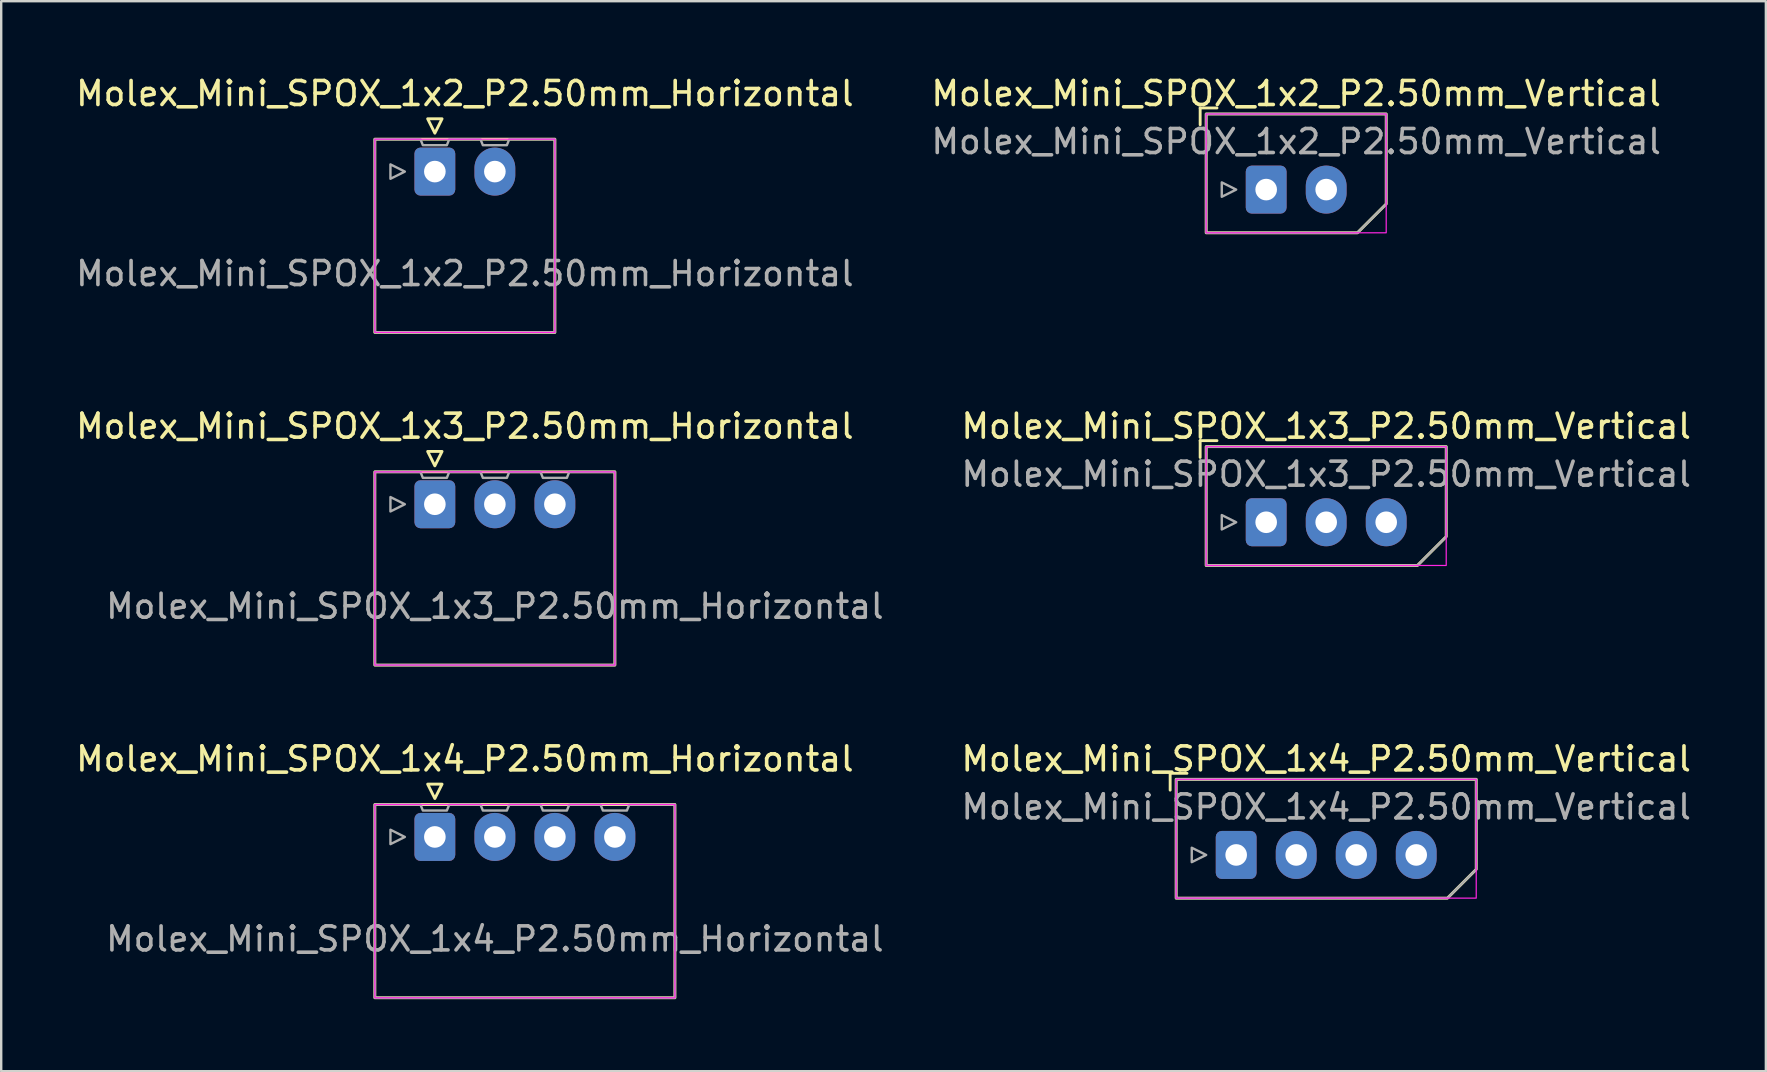
<source format=kicad_pcb>
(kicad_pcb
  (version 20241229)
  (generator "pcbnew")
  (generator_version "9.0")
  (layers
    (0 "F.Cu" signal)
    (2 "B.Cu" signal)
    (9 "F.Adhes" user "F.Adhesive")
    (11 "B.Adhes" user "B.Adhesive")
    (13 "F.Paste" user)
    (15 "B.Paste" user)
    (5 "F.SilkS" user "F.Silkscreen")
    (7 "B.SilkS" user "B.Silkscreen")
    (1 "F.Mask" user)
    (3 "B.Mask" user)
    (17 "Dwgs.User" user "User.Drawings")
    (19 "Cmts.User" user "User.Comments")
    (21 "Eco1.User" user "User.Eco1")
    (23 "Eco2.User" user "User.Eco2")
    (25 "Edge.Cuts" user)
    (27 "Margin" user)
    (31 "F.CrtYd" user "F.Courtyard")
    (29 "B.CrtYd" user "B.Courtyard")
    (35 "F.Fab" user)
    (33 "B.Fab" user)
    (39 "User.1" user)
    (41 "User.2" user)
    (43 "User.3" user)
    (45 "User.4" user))
  (footprint "Molex_Mini_SPOX_1x3_P2.50mm_Vertical"
    (layer "F.Cu")
    (at 49.696 18.706)
    (property "Reference" "Molex_Mini_SPOX_1x3_P2.50mm_Vertical" (at 2.5 -4 0) (unlocked yes) (layer "F.SilkS") (effects (font (size 1 1) (thickness 0.15))))
    (attr through_hole)
    (fp_line (start -2.75 -3.4) (end -2.05 -3.4) (stroke (width 0.12) (type solid)) (layer "F.SilkS"))
    (fp_line (start -2.75 -2.7) (end -2.75 -3.4) (stroke (width 0.12) (type solid)) (layer "F.SilkS"))
    (fp_poly (pts (xy -2.5 -3.15) (xy 7.5 -3.15) (xy 7.5 0.6) (xy 6.3 1.8) (xy -2.5 1.8)) (stroke (width 0.12) (type solid)) (fill no) (layer "F.SilkS"))
    (fp_rect (start -2.5 1.8) (end 7.5 -3.15) (stroke (width 0.05) (type solid)) (fill no) (layer "F.CrtYd"))
    (fp_circle (center 0 0) (end 0.35 0) (stroke (width 0.1) (type solid)) (fill no) (layer "F.Fab"))
    (fp_circle (center 2.5 0) (end 2.85 0) (stroke (width 0.1) (type solid)) (fill no) (layer "F.Fab"))
    (fp_circle (center 5 0) (end 5.35 0) (stroke (width 0.1) (type solid)) (fill no) (layer "F.Fab"))
    (fp_poly (pts (xy -1.25 0) (xy -1.85 -0.3) (xy -1.85 0.3) (xy -1.25 0)) (stroke (width 0.1) (type solid)) (fill no) (layer "F.Fab"))
    (fp_poly (pts (xy -2.5 -3.15) (xy 7.5 -3.15) (xy 7.5 0.6) (xy 6.3 1.8) (xy -2.5 1.8)) (stroke (width 0.1) (type solid)) (fill no) (layer "F.Fab"))
    (fp_text user "${REFERENCE}" (at 2.5 -2 0) (unlocked yes) (layer "F.Fab") (effects (font (size 1 1) (thickness 0.15))))
    (pad "1" thru_hole roundrect (at 0 0) (size 1.7 2) (drill 0.9) (layers "*.Cu" "*.Mask") (roundrect_rratio 0.147))
    (pad "2" thru_hole oval (at 2.5 0) (size 1.7 2) (drill 0.9) (layers "*.Cu" "*.Mask"))
    (pad "3" thru_hole oval (at 5 0) (size 1.7 2) (drill 0.9) (layers "*.Cu" "*.Mask")))
  (footprint "Molex_Mini_SPOX_1x3_P2.50mm_Horizontal"
    (layer "F.Cu")
    (at 15.065 17.956)
    (property "Reference" "Molex_Mini_SPOX_1x3_P2.50mm_Horizontal" (at 1.25 -3.25 0) (unlocked yes) (layer "F.SilkS") (effects (font (size 1 1) (thickness 0.15))))
    (attr through_hole)
    (fp_rect (start -2.5 -1.35) (end 7.5 6.7) (stroke (width 0.12) (type solid)) (fill no) (layer "F.SilkS"))
    (fp_poly (pts (xy 0 -1.6) (xy 0.3 -2.2) (xy -0.3 -2.2) (xy 0 -1.6)) (stroke (width 0.12) (type solid)) (fill no) (layer "F.SilkS"))
    (fp_rect (start -2.5 6.7) (end 7.5 -1.35) (stroke (width 0.05) (type solid)) (fill no) (layer "F.CrtYd"))
    (fp_poly (pts (xy -1.25 0) (xy -1.85 -0.3) (xy -1.85 0.3) (xy -1.25 0)) (stroke (width 0.1) (type solid)) (fill no) (layer "F.Fab"))
    (fp_poly (pts (xy -2.5 -1.35) (xy -0.6 -1.35) (xy -0.5 -1.1) (xy 0.5 -1.1) (xy 0.6 -1.35) (xy 1.9 -1.35) (xy 2 -1.1) (xy 3 -1.1) (xy 3.1 -1.35) (xy 4.4 -1.35) (xy 4.5 -1.1) (xy 5.5 -1.1) (xy 5.6 -1.35) (xy 7.5 -1.35) (xy 7.5 6.7) (xy -2.5 6.7)) (stroke (width 0.1) (type solid)) (fill no) (layer "F.Fab"))
    (fp_text user "${REFERENCE}" (at 2.5 4.25 0) (unlocked yes) (layer "F.Fab") (effects (font (size 1 1) (thickness 0.15))))
    (pad "1" thru_hole roundrect (at 0 0) (size 1.7 2) (drill 0.9) (layers "*.Cu" "*.Mask") (roundrect_rratio 0.147))
    (pad "2" thru_hole oval (at 2.5 0) (size 1.7 2) (drill 0.9) (layers "*.Cu" "*.Mask"))
    (pad "3" thru_hole oval (at 5 0) (size 1.7 2) (drill 0.9) (layers "*.Cu" "*.Mask")))
  (footprint "Molex_Mini_SPOX_1x2_P2.50mm_Vertical"
    (layer "F.Cu")
    (at 49.696 4.848)
    (property "Reference" "Molex_Mini_SPOX_1x2_P2.50mm_Vertical" (at 1.25 -4 0) (unlocked yes) (layer "F.SilkS") (effects (font (size 1 1) (thickness 0.15))))
    (attr through_hole)
    (fp_line (start -2.75 -3.4) (end -2.05 -3.4) (stroke (width 0.12) (type solid)) (layer "F.SilkS"))
    (fp_line (start -2.75 -2.7) (end -2.75 -3.4) (stroke (width 0.12) (type solid)) (layer "F.SilkS"))
    (fp_poly (pts (xy -2.5 -3.15) (xy 5 -3.15) (xy 5 0.6) (xy 3.8 1.8) (xy -2.5 1.8)) (stroke (width 0.12) (type solid)) (fill no) (layer "F.SilkS"))
    (fp_rect (start -2.5 1.8) (end 5 -3.15) (stroke (width 0.05) (type solid)) (fill no) (layer "F.CrtYd"))
    (fp_circle (center 0 0) (end 0.35 0) (stroke (width 0.1) (type solid)) (fill no) (layer "F.Fab"))
    (fp_circle (center 2.5 0) (end 2.85 0) (stroke (width 0.1) (type solid)) (fill no) (layer "F.Fab"))
    (fp_poly (pts (xy -1.25 0) (xy -1.85 -0.3) (xy -1.85 0.3) (xy -1.25 0)) (stroke (width 0.1) (type solid)) (fill no) (layer "F.Fab"))
    (fp_poly (pts (xy -2.5 -3.15) (xy 5 -3.15) (xy 5 0.6) (xy 3.8 1.8) (xy -2.5 1.8)) (stroke (width 0.1) (type solid)) (fill no) (layer "F.Fab"))
    (fp_text user "${REFERENCE}" (at 1.25 -2 0) (unlocked yes) (layer "F.Fab") (effects (font (size 1 1) (thickness 0.15))))
    (pad "1" thru_hole roundrect (at 0 0) (size 1.7 2) (drill 0.9) (layers "*.Cu" "*.Mask") (roundrect_rratio 0.147))
    (pad "2" thru_hole oval (at 2.5 0) (size 1.7 2) (drill 0.9) (layers "*.Cu" "*.Mask")))
  (footprint "Molex_Mini_SPOX_1x4_P2.50mm_Horizontal"
    (layer "F.Cu")
    (at 15.065 31.815)
    (property "Reference" "Molex_Mini_SPOX_1x4_P2.50mm_Horizontal" (at 1.25 -3.25 0) (unlocked yes) (layer "F.SilkS") (effects (font (size 1 1) (thickness 0.15))))
    (attr through_hole)
    (fp_rect (start -2.5 -1.35) (end 10 6.7) (stroke (width 0.12) (type solid)) (fill no) (layer "F.SilkS"))
    (fp_poly (pts (xy 0 -1.6) (xy 0.3 -2.2) (xy -0.3 -2.2) (xy 0 -1.6)) (stroke (width 0.12) (type solid)) (fill no) (layer "F.SilkS"))
    (fp_rect (start -2.5 6.7) (end 10 -1.35) (stroke (width 0.05) (type solid)) (fill no) (layer "F.CrtYd"))
    (fp_poly (pts (xy -1.25 0) (xy -1.85 -0.3) (xy -1.85 0.3) (xy -1.25 0)) (stroke (width 0.1) (type solid)) (fill no) (layer "F.Fab"))
    (fp_poly (pts (xy -2.5 -1.35) (xy -0.6 -1.35) (xy -0.5 -1.1) (xy 0.5 -1.1) (xy 0.6 -1.35) (xy 1.9 -1.35) (xy 2 -1.1) (xy 3 -1.1) (xy 3.1 -1.35) (xy 4.4 -1.35) (xy 4.5 -1.1) (xy 5.5 -1.1) (xy 5.6 -1.35) (xy 6.9 -1.35) (xy 7 -1.1) (xy 8 -1.1) (xy 8.1 -1.35) (xy 10 -1.35) (xy 10 6.7) (xy -2.5 6.7)) (stroke (width 0.1) (type solid)) (fill no) (layer "F.Fab"))
    (fp_text user "${REFERENCE}" (at 2.5 4.25 0) (unlocked yes) (layer "F.Fab") (effects (font (size 1 1) (thickness 0.15))))
    (pad "1" thru_hole roundrect (at 0 0) (size 1.7 2) (drill 0.9) (layers "*.Cu" "*.Mask") (roundrect_rratio 0.147))
    (pad "2" thru_hole oval (at 2.5 0) (size 1.7 2) (drill 0.9) (layers "*.Cu" "*.Mask"))
    (pad "3" thru_hole oval (at 5 0) (size 1.7 2) (drill 0.9) (layers "*.Cu" "*.Mask"))
    (pad "4" thru_hole oval (at 7.5 0) (size 1.7 2) (drill 0.9) (layers "*.Cu" "*.Mask")))
  (footprint "Molex_Mini_SPOX_1x4_P2.50mm_Vertical"
    (layer "F.Cu")
    (at 48.446 32.565)
    (property "Reference" "Molex_Mini_SPOX_1x4_P2.50mm_Vertical" (at 3.75 -4 0) (unlocked yes) (layer "F.SilkS") (effects (font (size 1 1) (thickness 0.15))))
    (attr through_hole)
    (fp_line (start -2.75 -3.4) (end -2.05 -3.4) (stroke (width 0.12) (type solid)) (layer "F.SilkS"))
    (fp_line (start -2.75 -2.7) (end -2.75 -3.4) (stroke (width 0.12) (type solid)) (layer "F.SilkS"))
    (fp_poly (pts (xy -2.5 -3.15) (xy 10 -3.15) (xy 10 0.6) (xy 8.8 1.8) (xy -2.5 1.8)) (stroke (width 0.12) (type solid)) (fill no) (layer "F.SilkS"))
    (fp_rect (start -2.5 1.8) (end 10 -3.15) (stroke (width 0.05) (type solid)) (fill no) (layer "F.CrtYd"))
    (fp_circle (center 0 0) (end 0.35 0) (stroke (width 0.1) (type solid)) (fill no) (layer "F.Fab"))
    (fp_circle (center 2.5 0) (end 2.85 0) (stroke (width 0.1) (type solid)) (fill no) (layer "F.Fab"))
    (fp_circle (center 5 0) (end 5.35 0) (stroke (width 0.1) (type solid)) (fill no) (layer "F.Fab"))
    (fp_circle (center 7.5 0) (end 7.85 0) (stroke (width 0.1) (type solid)) (fill no) (layer "F.Fab"))
    (fp_poly (pts (xy -1.25 0) (xy -1.85 -0.3) (xy -1.85 0.3) (xy -1.25 0)) (stroke (width 0.1) (type solid)) (fill no) (layer "F.Fab"))
    (fp_poly (pts (xy -2.5 -3.15) (xy 10 -3.15) (xy 10 0.6) (xy 8.8 1.8) (xy -2.5 1.8)) (stroke (width 0.1) (type solid)) (fill no) (layer "F.Fab"))
    (fp_text user "${REFERENCE}" (at 3.75 -2 0) (unlocked yes) (layer "F.Fab") (effects (font (size 1 1) (thickness 0.15))))
    (pad "1" thru_hole roundrect (at 0 0) (size 1.7 2) (drill 0.9) (layers "*.Cu" "*.Mask") (roundrect_rratio 0.147))
    (pad "2" thru_hole oval (at 2.5 0) (size 1.7 2) (drill 0.9) (layers "*.Cu" "*.Mask"))
    (pad "3" thru_hole oval (at 5 0) (size 1.7 2) (drill 0.9) (layers "*.Cu" "*.Mask"))
    (pad "4" thru_hole oval (at 7.5 0) (size 1.7 2) (drill 0.9) (layers "*.Cu" "*.Mask")))
  (footprint "Molex_Mini_SPOX_1x2_P2.50mm_Horizontal"
    (layer "F.Cu")
    (at 15.065 4.098)
    (property "Reference" "Molex_Mini_SPOX_1x2_P2.50mm_Horizontal" (at 1.25 -3.25 0) (unlocked yes) (layer "F.SilkS") (effects (font (size 1 1) (thickness 0.15))))
    (attr through_hole)
    (fp_rect (start -2.5 -1.35) (end 5 6.7) (stroke (width 0.12) (type solid)) (fill no) (layer "F.SilkS"))
    (fp_poly (pts (xy 0 -1.6) (xy 0.3 -2.2) (xy -0.3 -2.2) (xy 0 -1.6)) (stroke (width 0.12) (type solid)) (fill no) (layer "F.SilkS"))
    (fp_rect (start -2.5 6.7) (end 5 -1.35) (stroke (width 0.05) (type solid)) (fill no) (layer "F.CrtYd"))
    (fp_poly (pts (xy -1.25 0) (xy -1.85 -0.3) (xy -1.85 0.3) (xy -1.25 0)) (stroke (width 0.1) (type solid)) (fill no) (layer "F.Fab"))
    (fp_poly (pts (xy -2.5 -1.35) (xy -0.6 -1.35) (xy -0.5 -1.1) (xy 0.5 -1.1) (xy 0.6 -1.35) (xy 1.9 -1.35) (xy 2 -1.1) (xy 3 -1.1) (xy 3.1 -1.35) (xy 5 -1.35) (xy 5 6.7) (xy -2.5 6.7)) (stroke (width 0.1) (type solid)) (fill no) (layer "F.Fab"))
    (fp_text user "${REFERENCE}" (at 1.25 4.25 0) (unlocked yes) (layer "F.Fab") (effects (font (size 1 1) (thickness 0.15))))
    (pad "1" thru_hole roundrect (at 0 0) (size 1.7 2) (drill 0.9) (layers "*.Cu" "*.Mask") (roundrect_rratio 0.147))
    (pad "2" thru_hole oval (at 2.5 0) (size 1.7 2) (drill 0.9) (layers "*.Cu" "*.Mask")))
  (gr_rect
    (start -3 -3)
    (end 70.512 41.575)
    (stroke (width 0.1) (type default))
    (fill no)
    (layer "Edge.Cuts")))
</source>
